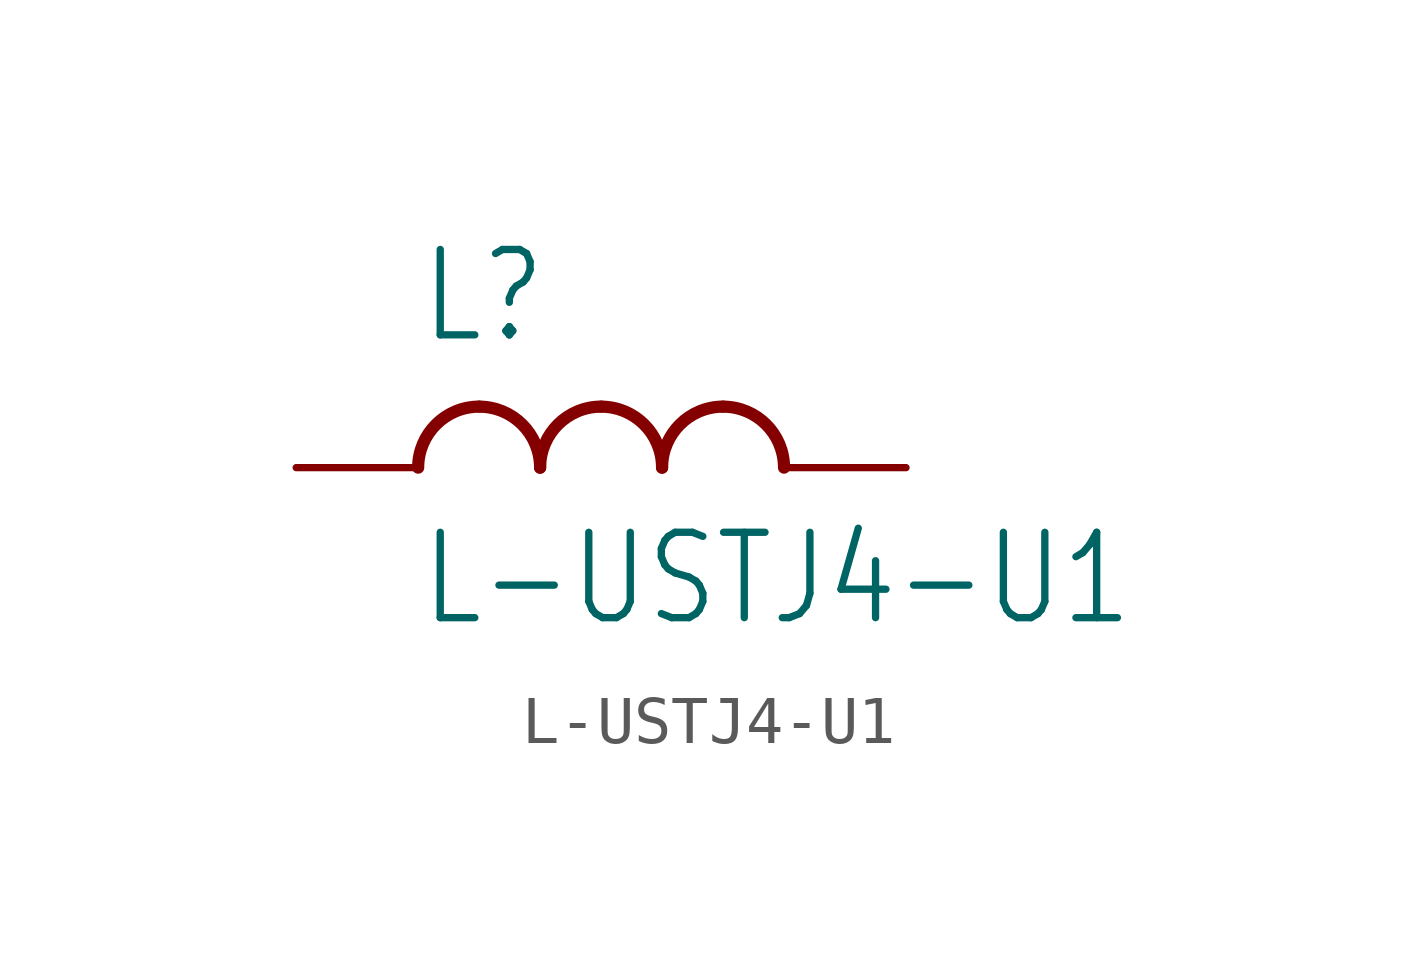
<source format=kicad_sym>
(kicad_symbol_lib
  (version 20211014)
  (generator kicad_symbol_editor)
  (symbol "L-USTJ4-U1"
    (property "Reference" "L"
      (at -5.08 2.54 0)
      (effects (font (size 1.778 1.511)) (justify left bottom)))
    (property "Value" "L-USTJ4-U1"
      (at -5.08 -1.27 0)
      (effects (font (size 1.778 1.511)) (justify left top)))
    (property "ki_locked" ""
      (at 0 0 0)
      (effects (font (size 1.27 1.27))))
    (symbol "L-USTJ4-U1_1_0"
      (arc (start -3.81 1.27) (mid -4.708 0.898) (end -5.08 0) (stroke (width 0.254) (type default) (color 0 0 0 0)) (fill (type none)))
      (arc (start -2.54 0) (mid -2.912 0.898) (end -3.81 1.27) (stroke (width 0.254) (type default) (color 0 0 0 0)) (fill (type none)))
      (arc (start -1.27 1.27) (mid -2.168 0.898) (end -2.54 0) (stroke (width 0.254) (type default) (color 0 0 0 0)) (fill (type none)))
      (arc (start 0 0) (mid -0.372 0.898) (end -1.27 1.27) (stroke (width 0.254) (type default) (color 0 0 0 0)) (fill (type none)))
      (arc (start 1.27 1.27) (mid 0.372 0.898) (end 0 0) (stroke (width 0.254) (type default) (color 0 0 0 0)) (fill (type none)))
      (arc (start 2.54 0) (mid 2.168 0.898) (end 1.27 1.27) (stroke (width 0.254) (type default) (color 0 0 0 0)) (fill (type none)))
      (pin passive line (at -7.62 0 0) (length 2.54) (name "1" (effects (font (size 0 0)))) (number "1" (effects (font (size 0 0)))))
      (pin passive line (at 5.08 0 180) (length 2.54) (name "2" (effects (font (size 0 0)))) (number "2" (effects (font (size 0 0))))))))
</source>
